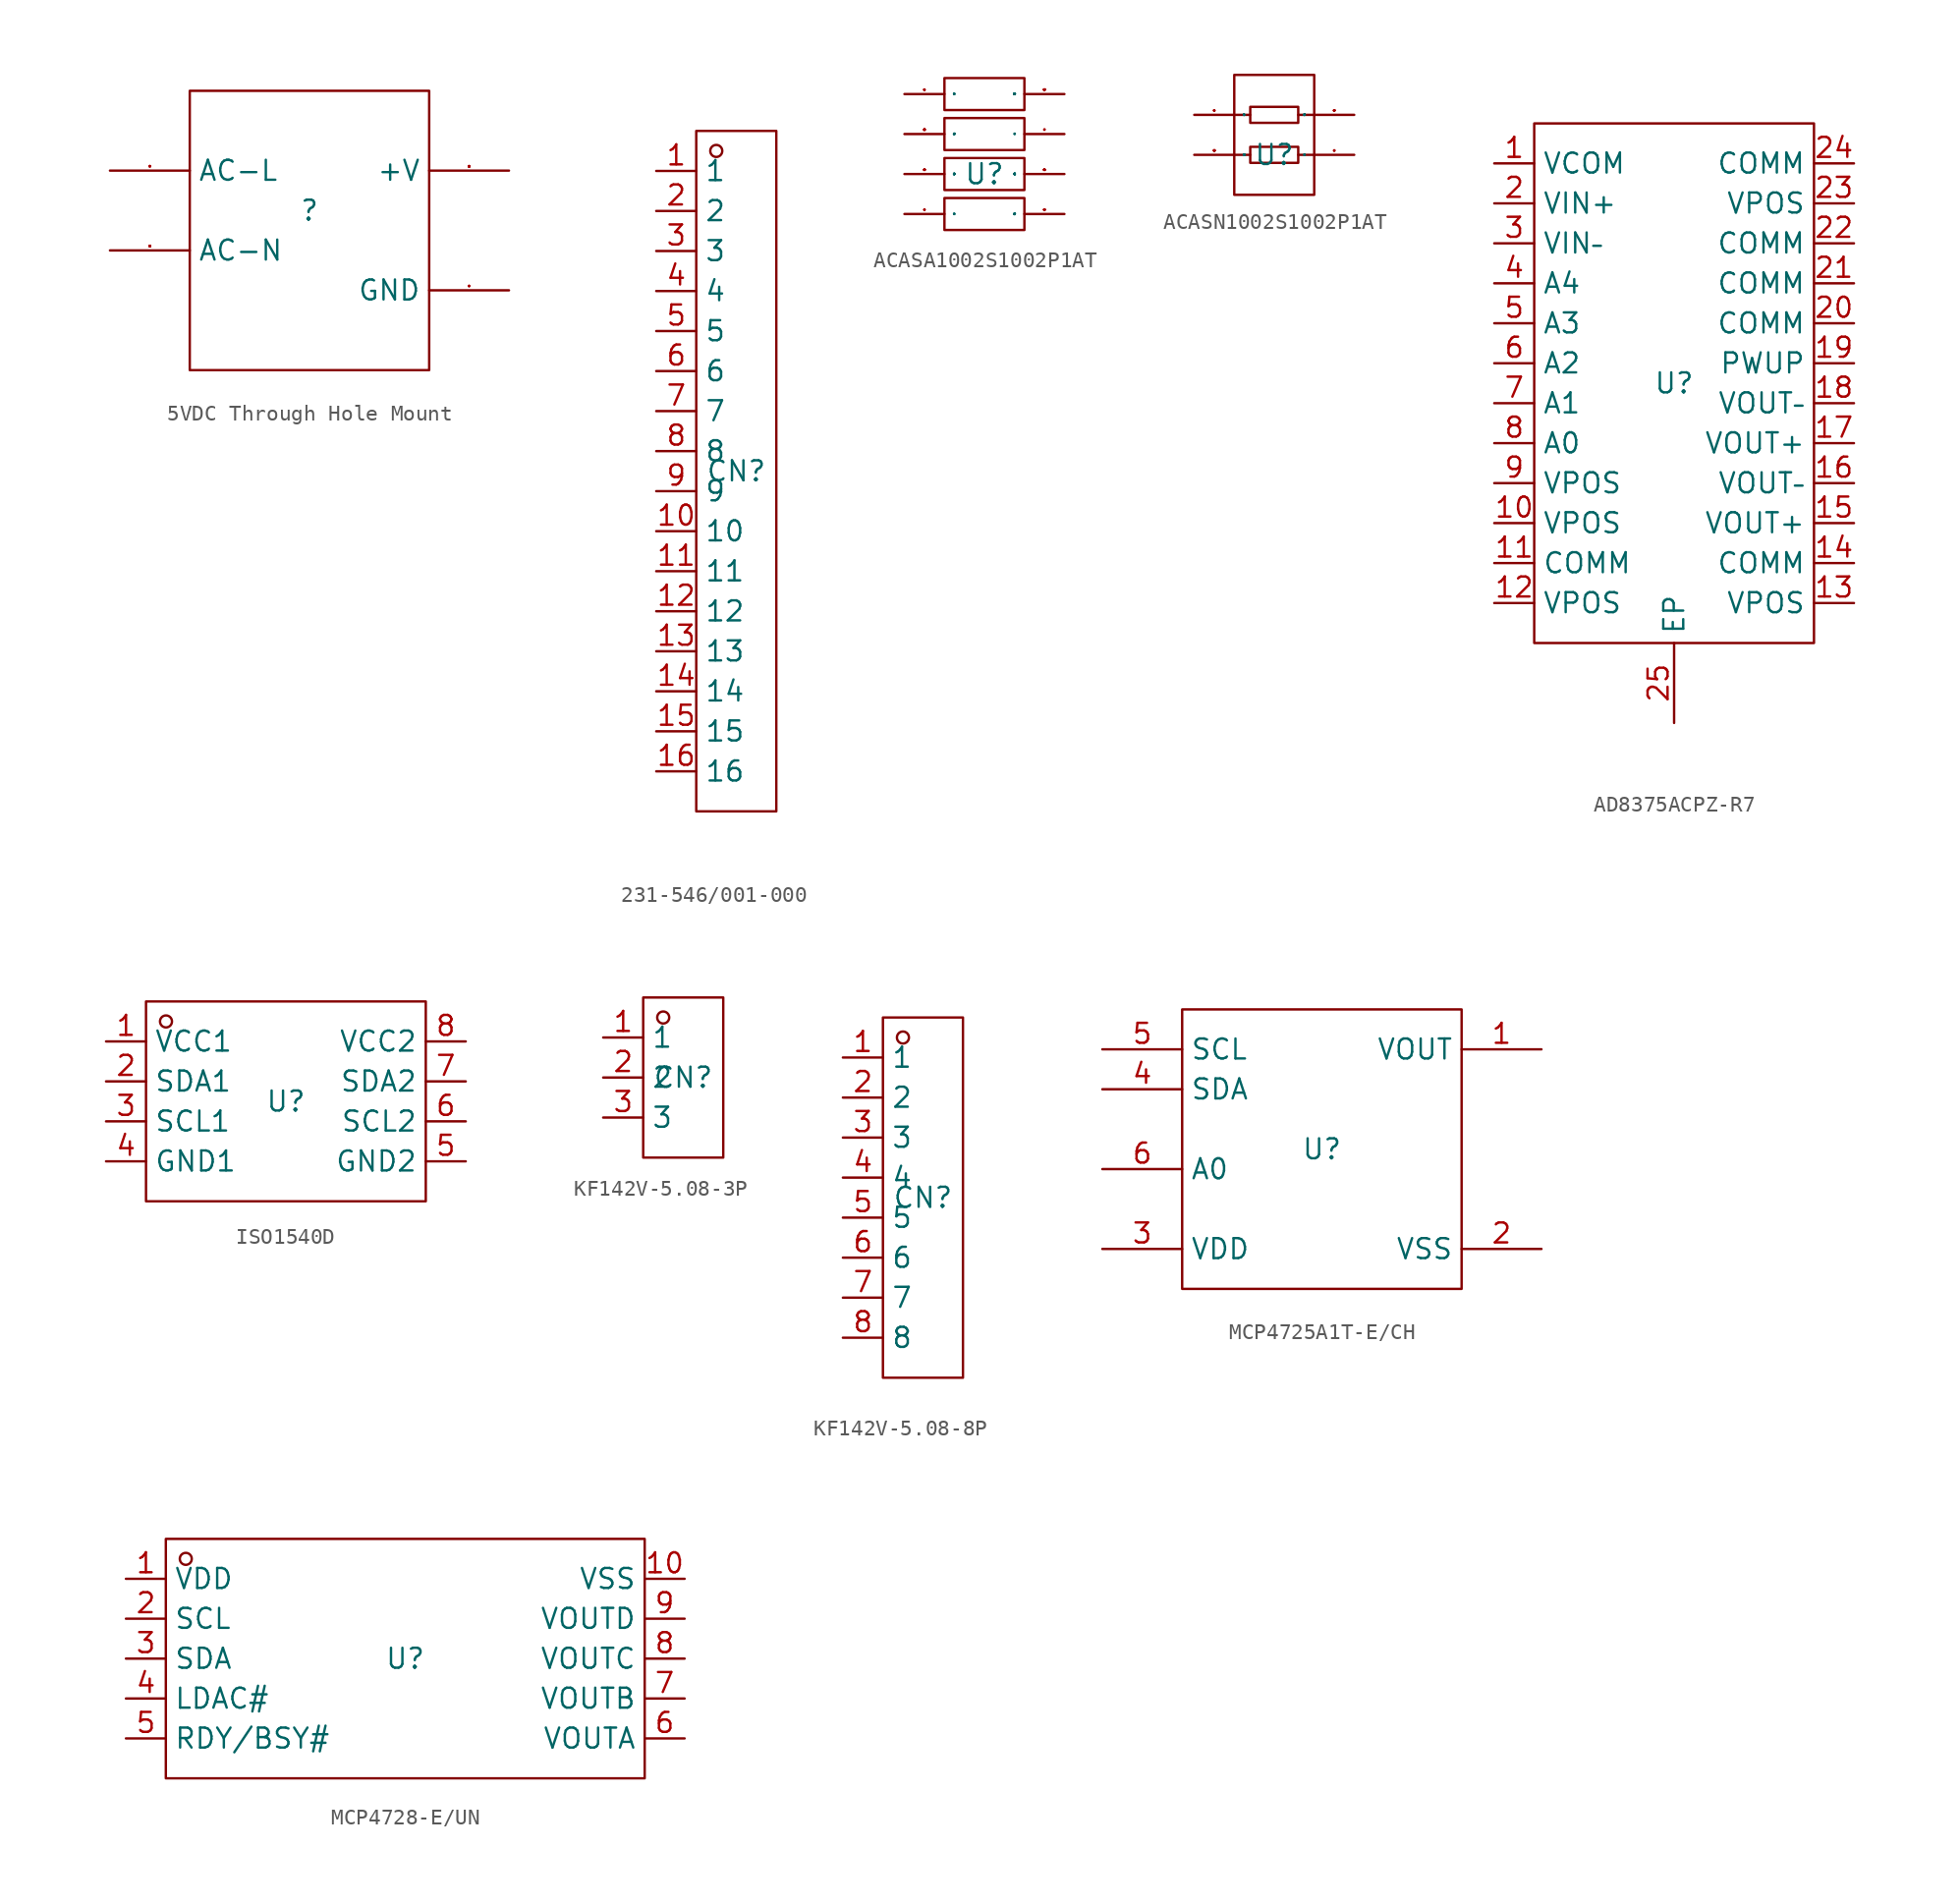
<source format=kicad_sym>
(kicad_symbol_lib
  (version 20241209)
  (generator "kicad_symbol_editor")
  (generator_version "9.0")
  (symbol "5VDC Through Hole Mount"
    (property "Reference" ""
      (at 0 0 0)
      (effects (font (size 1.27 1.27))))
    (property "Value" ""
      (at 0 0 0)
      (effects (font (size 1.27 1.27))))
    (symbol "5VDC Through Hole Mount_1_0"
      (rectangle (start -7.62 7.62) (end 7.62 -10.16) (stroke (width 0) (type default)) (fill (type none)))
      (pin input line (at -12.7 2.54 0) (length 5.08) (name "AC-L" (effects (font (size 1.27 1.27)))) (number "1" (effects (font (size 0.025 0.025)))))
      (pin input line (at -12.7 -2.54 0) (length 5.08) (name "AC-N" (effects (font (size 1.27 1.27)))) (number "2" (effects (font (size 0.025 0.025)))))
      (pin input line (at 12.7 2.54 180) (length 5.08) (name "+V" (effects (font (size 1.27 1.27)))) (number "3" (effects (font (size 0.025 0.025)))))
      (pin input line (at 12.7 -5.08 180) (length 5.08) (name "GND" (effects (font (size 1.27 1.27)))) (number "4" (effects (font (size 0.025 0.025)))))))
  (symbol "231-546/001-000"
    (property "Reference" "CN"
      (at 0 0 0)
      (effects (font (size 1.27 1.27))))
    (property "Value" ""
      (at 0 0 0)
      (effects (font (size 1.27 1.27))))
    (symbol "231-546/001-000_1_0"
      (rectangle (start -2.54 -21.59) (end 2.54 21.59) (stroke (width 0) (type default)) (fill (type none)))
      (circle (center -1.27 20.32) (radius 0.381) (stroke (width 0) (type default)) (fill (type none)))
      (pin unspecified line (at -5.08 19.05 0) (length 2.54) (name "1" (effects (font (size 1.27 1.27)))) (number "1" (effects (font (size 1.27 1.27)))))
      (pin unspecified line (at -5.08 16.51 0) (length 2.54) (name "2" (effects (font (size 1.27 1.27)))) (number "2" (effects (font (size 1.27 1.27)))))
      (pin unspecified line (at -5.08 13.97 0) (length 2.54) (name "3" (effects (font (size 1.27 1.27)))) (number "3" (effects (font (size 1.27 1.27)))))
      (pin unspecified line (at -5.08 11.43 0) (length 2.54) (name "4" (effects (font (size 1.27 1.27)))) (number "4" (effects (font (size 1.27 1.27)))))
      (pin unspecified line (at -5.08 8.89 0) (length 2.54) (name "5" (effects (font (size 1.27 1.27)))) (number "5" (effects (font (size 1.27 1.27)))))
      (pin unspecified line (at -5.08 6.35 0) (length 2.54) (name "6" (effects (font (size 1.27 1.27)))) (number "6" (effects (font (size 1.27 1.27)))))
      (pin unspecified line (at -5.08 3.81 0) (length 2.54) (name "7" (effects (font (size 1.27 1.27)))) (number "7" (effects (font (size 1.27 1.27)))))
      (pin unspecified line (at -5.08 1.27 0) (length 2.54) (name "8" (effects (font (size 1.27 1.27)))) (number "8" (effects (font (size 1.27 1.27)))))
      (pin unspecified line (at -5.08 -1.27 0) (length 2.54) (name "9" (effects (font (size 1.27 1.27)))) (number "9" (effects (font (size 1.27 1.27)))))
      (pin unspecified line (at -5.08 -3.81 0) (length 2.54) (name "10" (effects (font (size 1.27 1.27)))) (number "10" (effects (font (size 1.27 1.27)))))
      (pin unspecified line (at -5.08 -6.35 0) (length 2.54) (name "11" (effects (font (size 1.27 1.27)))) (number "11" (effects (font (size 1.27 1.27)))))
      (pin unspecified line (at -5.08 -8.89 0) (length 2.54) (name "12" (effects (font (size 1.27 1.27)))) (number "12" (effects (font (size 1.27 1.27)))))
      (pin unspecified line (at -5.08 -11.43 0) (length 2.54) (name "13" (effects (font (size 1.27 1.27)))) (number "13" (effects (font (size 1.27 1.27)))))
      (pin unspecified line (at -5.08 -13.97 0) (length 2.54) (name "14" (effects (font (size 1.27 1.27)))) (number "14" (effects (font (size 1.27 1.27)))))
      (pin unspecified line (at -5.08 -16.51 0) (length 2.54) (name "15" (effects (font (size 1.27 1.27)))) (number "15" (effects (font (size 1.27 1.27)))))
      (pin unspecified line (at -5.08 -19.05 0) (length 2.54) (name "16" (effects (font (size 1.27 1.27)))) (number "16" (effects (font (size 1.27 1.27)))))))
  (symbol "ACASA1002S1002P1AT"
    (property "Reference" "U"
      (at 0 0 0)
      (effects (font (size 1.27 1.27))))
    (symbol "ACASA1002S1002P1AT_1_0"
      (rectangle (start -2.54 4.064) (end 2.54 6.096) (stroke (width 0) (type default)) (fill (type none)))
      (rectangle (start -2.54 1.524) (end 2.54 3.556) (stroke (width 0) (type default)) (fill (type none)))
      (rectangle (start -2.54 -1.016) (end 2.54 1.016) (stroke (width 0) (type default)) (fill (type none)))
      (rectangle (start -2.54 -3.556) (end 2.54 -1.524) (stroke (width 0) (type default)) (fill (type none)))
      (pin input line (at -5.08 5.08 0) (length 2.54) (name "1" (effects (font (size 0.025 0.025)))) (number "1" (effects (font (size 0.025 0.025)))))
      (pin input line (at -5.08 2.54 0) (length 2.54) (name "2" (effects (font (size 0.025 0.025)))) (number "2" (effects (font (size 0.025 0.025)))))
      (pin input line (at -5.08 0 0) (length 2.54) (name "3" (effects (font (size 0.025 0.025)))) (number "3" (effects (font (size 0.025 0.025)))))
      (pin input line (at -5.08 -2.54 0) (length 2.54) (name "4" (effects (font (size 0.025 0.025)))) (number "4" (effects (font (size 0.025 0.025)))))
      (pin input line (at 5.08 5.08 180) (length 2.54) (name "8" (effects (font (size 0.025 0.025)))) (number "8" (effects (font (size 0.025 0.025)))))
      (pin input line (at 5.08 2.54 180) (length 2.54) (name "7" (effects (font (size 0.025 0.025)))) (number "7" (effects (font (size 0.025 0.025)))))
      (pin input line (at 5.08 0 180) (length 2.54) (name "6" (effects (font (size 0.025 0.025)))) (number "6" (effects (font (size 0.025 0.025)))))
      (pin input line (at 5.08 -2.54 180) (length 2.54) (name "5" (effects (font (size 0.025 0.025)))) (number "5" (effects (font (size 0.025 0.025)))))))
  (symbol "ACASN1002S1002P1AT"
    (property "Reference" "U"
      (at 0 0 0)
      (effects (font (size 1.27 1.27))))
    (symbol "ACASN1002S1002P1AT_1_0"
      (polyline (pts (xy -2.54 0) (xy -1.524 0)) (stroke (width 0) (type default)) (fill (type none)))
      (rectangle (start -2.54 -2.54) (end 2.54 5.08) (stroke (width 0) (type default)) (fill (type none)))
      (polyline (pts (xy -1.524 2.54) (xy -2.54 2.54)) (stroke (width 0) (type default)) (fill (type none)))
      (rectangle (start -1.524 2.032) (end 1.524 3.048) (stroke (width 0) (type default)) (fill (type none)))
      (rectangle (start -1.524 -0.508) (end 1.524 0.508) (stroke (width 0) (type default)) (fill (type none)))
      (polyline (pts (xy 1.524 2.54) (xy 2.54 2.54)) (stroke (width 0) (type default)) (fill (type none)))
      (polyline (pts (xy 1.524 0) (xy 2.54 0)) (stroke (width 0) (type default)) (fill (type none)))
      (pin unspecified line (at -5.08 2.54 0) (length 2.54) (name "1" (effects (font (size 0.025 0.025)))) (number "1" (effects (font (size 0.025 0.025)))))
      (pin unspecified line (at -5.08 0 0) (length 2.54) (name "3" (effects (font (size 0.025 0.025)))) (number "3" (effects (font (size 0.025 0.025)))))
      (pin unspecified line (at 5.08 2.54 180) (length 2.54) (name "2" (effects (font (size 0.025 0.025)))) (number "2" (effects (font (size 0.025 0.025)))))
      (pin unspecified line (at 5.08 0 180) (length 2.54) (name "4" (effects (font (size 0.025 0.025)))) (number "4" (effects (font (size 0.025 0.025)))))))
  (symbol "AD8375ACPZ-R7"
    (property "Reference" "U"
      (at 0 0 0)
      (effects (font (size 1.27 1.27))))
    (property "Value" ""
      (at 0 0 0)
      (effects (font (size 1.27 1.27))))
    (symbol "AD8375ACPZ-R7_1_0"
      (rectangle (start -8.89 16.51) (end 8.89 -16.51) (stroke (width 0) (type default)) (fill (type none)))
      (pin unspecified line (at -11.43 13.97 0) (length 2.54) (name "VCOM" (effects (font (size 1.27 1.27)))) (number "1" (effects (font (size 1.27 1.27)))))
      (pin unspecified line (at -11.43 11.43 0) (length 2.54) (name "VIN+" (effects (font (size 1.27 1.27)))) (number "2" (effects (font (size 1.27 1.27)))))
      (pin unspecified line (at -11.43 8.89 0) (length 2.54) (name "VIN–" (effects (font (size 1.27 1.27)))) (number "3" (effects (font (size 1.27 1.27)))))
      (pin unspecified line (at -11.43 6.35 0) (length 2.54) (name "A4" (effects (font (size 1.27 1.27)))) (number "4" (effects (font (size 1.27 1.27)))))
      (pin unspecified line (at -11.43 3.81 0) (length 2.54) (name "A3" (effects (font (size 1.27 1.27)))) (number "5" (effects (font (size 1.27 1.27)))))
      (pin unspecified line (at -11.43 1.27 0) (length 2.54) (name "A2" (effects (font (size 1.27 1.27)))) (number "6" (effects (font (size 1.27 1.27)))))
      (pin unspecified line (at -11.43 -1.27 0) (length 2.54) (name "A1" (effects (font (size 1.27 1.27)))) (number "7" (effects (font (size 1.27 1.27)))))
      (pin unspecified line (at -11.43 -3.81 0) (length 2.54) (name "A0" (effects (font (size 1.27 1.27)))) (number "8" (effects (font (size 1.27 1.27)))))
      (pin unspecified line (at -11.43 -6.35 0) (length 2.54) (name "VPOS" (effects (font (size 1.27 1.27)))) (number "9" (effects (font (size 1.27 1.27)))))
      (pin unspecified line (at -11.43 -8.89 0) (length 2.54) (name "VPOS" (effects (font (size 1.27 1.27)))) (number "10" (effects (font (size 1.27 1.27)))))
      (pin unspecified line (at -11.43 -11.43 0) (length 2.54) (name "COMM" (effects (font (size 1.27 1.27)))) (number "11" (effects (font (size 1.27 1.27)))))
      (pin unspecified line (at -11.43 -13.97 0) (length 2.54) (name "VPOS" (effects (font (size 1.27 1.27)))) (number "12" (effects (font (size 1.27 1.27)))))
      (pin unspecified line (at 0 -21.59 90) (length 5.08) (name "EP" (effects (font (size 1.27 1.27)))) (number "25" (effects (font (size 1.27 1.27)))))
      (pin unspecified line (at 11.43 13.97 180) (length 2.54) (name "COMM" (effects (font (size 1.27 1.27)))) (number "24" (effects (font (size 1.27 1.27)))))
      (pin unspecified line (at 11.43 11.43 180) (length 2.54) (name "VPOS" (effects (font (size 1.27 1.27)))) (number "23" (effects (font (size 1.27 1.27)))))
      (pin unspecified line (at 11.43 8.89 180) (length 2.54) (name "COMM" (effects (font (size 1.27 1.27)))) (number "22" (effects (font (size 1.27 1.27)))))
      (pin unspecified line (at 11.43 6.35 180) (length 2.54) (name "COMM" (effects (font (size 1.27 1.27)))) (number "21" (effects (font (size 1.27 1.27)))))
      (pin unspecified line (at 11.43 3.81 180) (length 2.54) (name "COMM" (effects (font (size 1.27 1.27)))) (number "20" (effects (font (size 1.27 1.27)))))
      (pin unspecified line (at 11.43 1.27 180) (length 2.54) (name "PWUP" (effects (font (size 1.27 1.27)))) (number "19" (effects (font (size 1.27 1.27)))))
      (pin unspecified line (at 11.43 -1.27 180) (length 2.54) (name "VOUT–" (effects (font (size 1.27 1.27)))) (number "18" (effects (font (size 1.27 1.27)))))
      (pin unspecified line (at 11.43 -3.81 180) (length 2.54) (name "VOUT+" (effects (font (size 1.27 1.27)))) (number "17" (effects (font (size 1.27 1.27)))))
      (pin unspecified line (at 11.43 -6.35 180) (length 2.54) (name "VOUT–" (effects (font (size 1.27 1.27)))) (number "16" (effects (font (size 1.27 1.27)))))
      (pin unspecified line (at 11.43 -8.89 180) (length 2.54) (name "VOUT+" (effects (font (size 1.27 1.27)))) (number "15" (effects (font (size 1.27 1.27)))))
      (pin unspecified line (at 11.43 -11.43 180) (length 2.54) (name "COMM" (effects (font (size 1.27 1.27)))) (number "14" (effects (font (size 1.27 1.27)))))
      (pin unspecified line (at 11.43 -13.97 180) (length 2.54) (name "VPOS" (effects (font (size 1.27 1.27)))) (number "13" (effects (font (size 1.27 1.27)))))))
  (symbol "ISO1540D"
    (property "Reference" "U"
      (at 0 0 0)
      (effects (font (size 1.27 1.27))))
    (property "Value" ""
      (at 0 0 0)
      (effects (font (size 1.27 1.27))))
    (symbol "ISO1540D_1_0"
      (rectangle (start -8.89 -6.35) (end 8.89 6.35) (stroke (width 0) (type default)) (fill (type none)))
      (circle (center -7.62 5.08) (radius 0.381) (stroke (width 0) (type default)) (fill (type none)))
      (pin unspecified line (at -11.43 3.81 0) (length 2.54) (name "VCC1" (effects (font (size 1.27 1.27)))) (number "1" (effects (font (size 1.27 1.27)))))
      (pin unspecified line (at -11.43 1.27 0) (length 2.54) (name "SDA1" (effects (font (size 1.27 1.27)))) (number "2" (effects (font (size 1.27 1.27)))))
      (pin unspecified line (at -11.43 -1.27 0) (length 2.54) (name "SCL1" (effects (font (size 1.27 1.27)))) (number "3" (effects (font (size 1.27 1.27)))))
      (pin unspecified line (at -11.43 -3.81 0) (length 2.54) (name "GND1" (effects (font (size 1.27 1.27)))) (number "4" (effects (font (size 1.27 1.27)))))
      (pin unspecified line (at 11.43 3.81 180) (length 2.54) (name "VCC2" (effects (font (size 1.27 1.27)))) (number "8" (effects (font (size 1.27 1.27)))))
      (pin unspecified line (at 11.43 1.27 180) (length 2.54) (name "SDA2" (effects (font (size 1.27 1.27)))) (number "7" (effects (font (size 1.27 1.27)))))
      (pin unspecified line (at 11.43 -1.27 180) (length 2.54) (name "SCL2" (effects (font (size 1.27 1.27)))) (number "6" (effects (font (size 1.27 1.27)))))
      (pin unspecified line (at 11.43 -3.81 180) (length 2.54) (name "GND2" (effects (font (size 1.27 1.27)))) (number "5" (effects (font (size 1.27 1.27)))))))
  (symbol "KF142V-5.08-3P"
    (property "Reference" "CN"
      (at 0 0 0)
      (effects (font (size 1.27 1.27))))
    (property "Value" ""
      (at 0 0 0)
      (effects (font (size 1.27 1.27))))
    (symbol "KF142V-5.08-3P_1_0"
      (rectangle (start -2.54 -5.08) (end 2.54 5.08) (stroke (width 0) (type default)) (fill (type none)))
      (circle (center -1.27 3.81) (radius 0.381) (stroke (width 0) (type default)) (fill (type none)))
      (pin unspecified line (at -5.08 2.54 0) (length 2.54) (name "1" (effects (font (size 1.27 1.27)))) (number "1" (effects (font (size 1.27 1.27)))))
      (pin unspecified line (at -5.08 0 0) (length 2.54) (name "2" (effects (font (size 1.27 1.27)))) (number "2" (effects (font (size 1.27 1.27)))))
      (pin unspecified line (at -5.08 -2.54 0) (length 2.54) (name "3" (effects (font (size 1.27 1.27)))) (number "3" (effects (font (size 1.27 1.27)))))))
  (symbol "KF142V-5.08-8P"
    (property "Reference" "CN"
      (at 0 0 0)
      (effects (font (size 1.27 1.27))))
    (property "Value" ""
      (at 0 0 0)
      (effects (font (size 1.27 1.27))))
    (symbol "KF142V-5.08-8P_1_0"
      (rectangle (start -2.54 -11.43) (end 2.54 11.43) (stroke (width 0) (type default)) (fill (type none)))
      (circle (center -1.27 10.16) (radius 0.381) (stroke (width 0) (type default)) (fill (type none)))
      (pin unspecified line (at -5.08 8.89 0) (length 2.54) (name "1" (effects (font (size 1.27 1.27)))) (number "1" (effects (font (size 1.27 1.27)))))
      (pin unspecified line (at -5.08 6.35 0) (length 2.54) (name "2" (effects (font (size 1.27 1.27)))) (number "2" (effects (font (size 1.27 1.27)))))
      (pin unspecified line (at -5.08 3.81 0) (length 2.54) (name "3" (effects (font (size 1.27 1.27)))) (number "3" (effects (font (size 1.27 1.27)))))
      (pin unspecified line (at -5.08 1.27 0) (length 2.54) (name "4" (effects (font (size 1.27 1.27)))) (number "4" (effects (font (size 1.27 1.27)))))
      (pin unspecified line (at -5.08 -1.27 0) (length 2.54) (name "5" (effects (font (size 1.27 1.27)))) (number "5" (effects (font (size 1.27 1.27)))))
      (pin unspecified line (at -5.08 -3.81 0) (length 2.54) (name "6" (effects (font (size 1.27 1.27)))) (number "6" (effects (font (size 1.27 1.27)))))
      (pin unspecified line (at -5.08 -6.35 0) (length 2.54) (name "7" (effects (font (size 1.27 1.27)))) (number "7" (effects (font (size 1.27 1.27)))))
      (pin unspecified line (at -5.08 -8.89 0) (length 2.54) (name "8" (effects (font (size 1.27 1.27)))) (number "8" (effects (font (size 1.27 1.27)))))))
  (symbol "MCP4725A1T-E/CH"
    (property "Reference" "U"
      (at 0 0 0)
      (effects (font (size 1.27 1.27))))
    (property "Value" ""
      (at 0 0 0)
      (effects (font (size 1.27 1.27))))
    (symbol "MCP4725A1T-E/CH_1_0"
      (rectangle (start -8.89 -8.89) (end 8.89 8.89) (stroke (width 0) (type default)) (fill (type none)))
      (pin unspecified line (at -13.97 6.35 0) (length 5.08) (name "SCL" (effects (font (size 1.27 1.27)))) (number "5" (effects (font (size 1.27 1.27)))))
      (pin bidirectional line (at -13.97 3.81 0) (length 5.08) (name "SDA" (effects (font (size 1.27 1.27)))) (number "4" (effects (font (size 1.27 1.27)))))
      (pin unspecified line (at -13.97 -1.27 0) (length 5.08) (name "A0" (effects (font (size 1.27 1.27)))) (number "6" (effects (font (size 1.27 1.27)))))
      (pin unspecified line (at -13.97 -6.35 0) (length 5.08) (name "VDD" (effects (font (size 1.27 1.27)))) (number "3" (effects (font (size 1.27 1.27)))))
      (pin output line (at 13.97 6.35 180) (length 5.08) (name "VOUT" (effects (font (size 1.27 1.27)))) (number "1" (effects (font (size 1.27 1.27)))))
      (pin unspecified line (at 13.97 -6.35 180) (length 5.08) (name "VSS" (effects (font (size 1.27 1.27)))) (number "2" (effects (font (size 1.27 1.27)))))))
  (symbol "MCP4728-E/UN"
    (property "Reference" "U"
      (at 0 0 0)
      (effects (font (size 1.27 1.27))))
    (property "Value" ""
      (at 0 0 0)
      (effects (font (size 1.27 1.27))))
    (symbol "MCP4728-E/UN_1_0"
      (rectangle (start -15.24 -7.62) (end 15.24 7.62) (stroke (width 0) (type default)) (fill (type none)))
      (circle (center -13.97 6.35) (radius 0.381) (stroke (width 0) (type default)) (fill (type none)))
      (pin input line (at -17.78 5.08 0) (length 2.54) (name "VDD" (effects (font (size 1.27 1.27)))) (number "1" (effects (font (size 1.27 1.27)))))
      (pin input line (at -17.78 2.54 0) (length 2.54) (name "SCL" (effects (font (size 1.27 1.27)))) (number "2" (effects (font (size 1.27 1.27)))))
      (pin input line (at -17.78 0 0) (length 2.54) (name "SDA" (effects (font (size 1.27 1.27)))) (number "3" (effects (font (size 1.27 1.27)))))
      (pin input line (at -17.78 -2.54 0) (length 2.54) (name "LDAC#" (effects (font (size 1.27 1.27)))) (number "4" (effects (font (size 1.27 1.27)))))
      (pin input line (at -17.78 -5.08 0) (length 2.54) (name "RDY/BSY#" (effects (font (size 1.27 1.27)))) (number "5" (effects (font (size 1.27 1.27)))))
      (pin input line (at 17.78 5.08 180) (length 2.54) (name "VSS" (effects (font (size 1.27 1.27)))) (number "10" (effects (font (size 1.27 1.27)))))
      (pin input line (at 17.78 2.54 180) (length 2.54) (name "VOUTD" (effects (font (size 1.27 1.27)))) (number "9" (effects (font (size 1.27 1.27)))))
      (pin input line (at 17.78 0 180) (length 2.54) (name "VOUTC" (effects (font (size 1.27 1.27)))) (number "8" (effects (font (size 1.27 1.27)))))
      (pin input line (at 17.78 -2.54 180) (length 2.54) (name "VOUTB" (effects (font (size 1.27 1.27)))) (number "7" (effects (font (size 1.27 1.27)))))
      (pin input line (at 17.78 -5.08 180) (length 2.54) (name "VOUTA" (effects (font (size 1.27 1.27)))) (number "6" (effects (font (size 1.27 1.27))))))))
</source>
